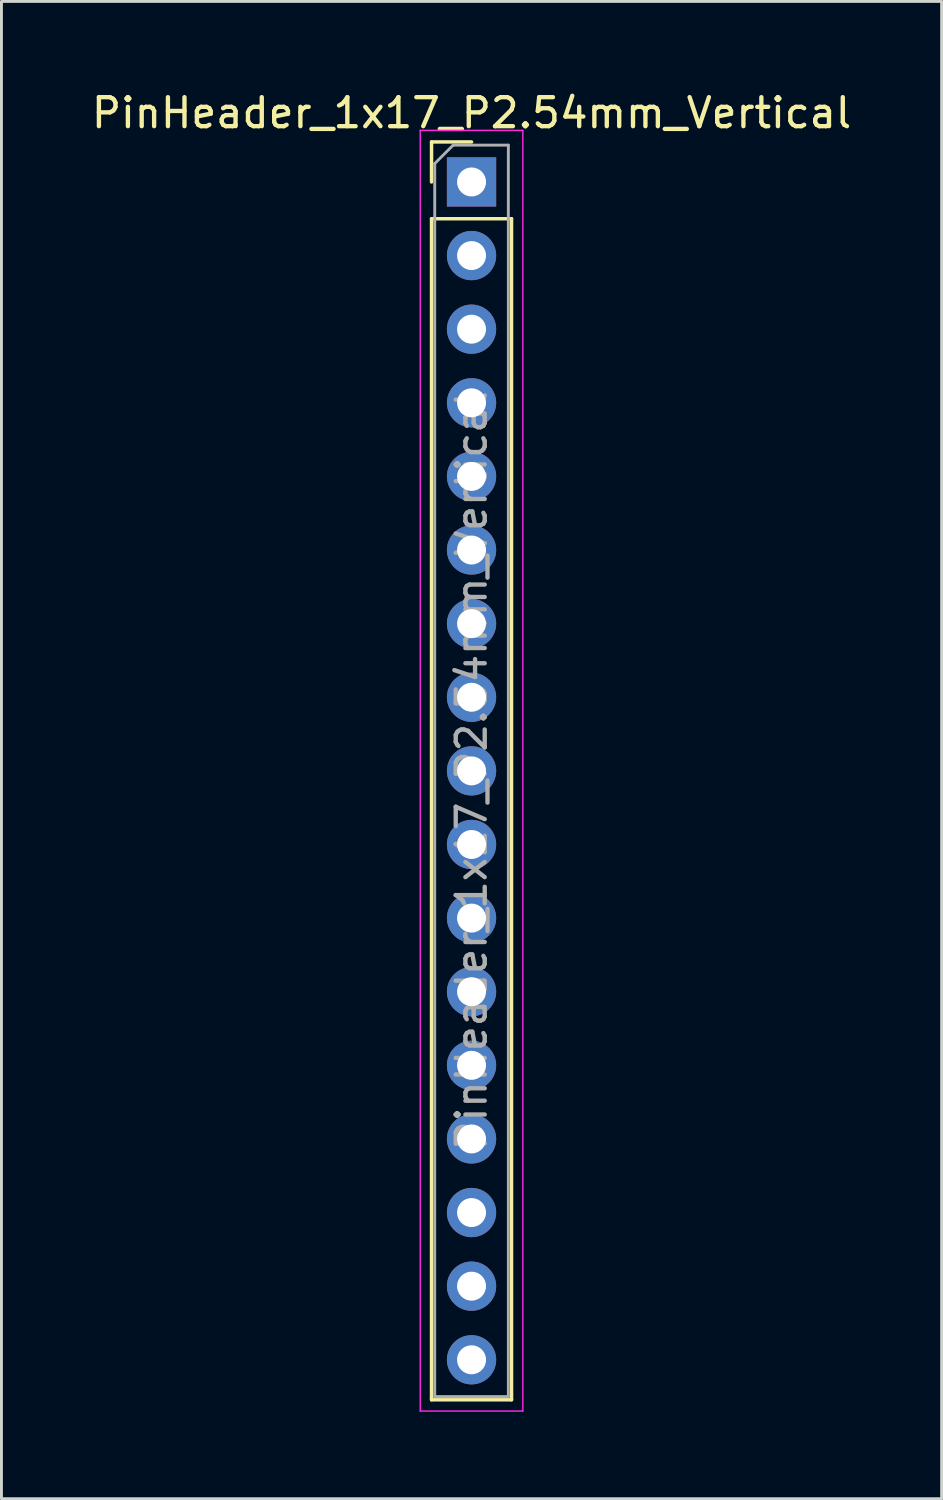
<source format=kicad_pcb>
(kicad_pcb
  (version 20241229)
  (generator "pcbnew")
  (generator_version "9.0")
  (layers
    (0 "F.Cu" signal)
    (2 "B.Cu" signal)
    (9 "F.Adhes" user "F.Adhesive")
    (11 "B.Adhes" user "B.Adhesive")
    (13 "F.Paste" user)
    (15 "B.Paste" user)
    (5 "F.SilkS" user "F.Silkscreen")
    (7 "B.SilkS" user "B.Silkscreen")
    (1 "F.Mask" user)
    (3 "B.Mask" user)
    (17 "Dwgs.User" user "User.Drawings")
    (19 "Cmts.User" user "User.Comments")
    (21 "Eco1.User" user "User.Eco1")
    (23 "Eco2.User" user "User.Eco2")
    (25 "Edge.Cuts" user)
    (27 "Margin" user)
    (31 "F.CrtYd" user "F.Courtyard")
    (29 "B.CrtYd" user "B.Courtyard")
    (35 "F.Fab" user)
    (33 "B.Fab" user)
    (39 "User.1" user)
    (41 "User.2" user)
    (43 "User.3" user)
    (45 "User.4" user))
  (footprint "PinHeader_1x17_P2.54mm_Vertical"
    (layer "F.Cu")
    (at 13.22 3.228)
    (property "Reference" "PinHeader_1x17_P2.54mm_Vertical" (at 0 -2.38 0) (layer "F.SilkS") (effects (font (size 1 1) (thickness 0.15))))
    (attr through_hole)
    (fp_line (start -1.38 -1.38) (end 0 -1.38) (stroke (width 0.12) (type solid)) (layer "F.SilkS"))
    (fp_line (start -1.38 0) (end -1.38 -1.38) (stroke (width 0.12) (type solid)) (layer "F.SilkS"))
    (fp_line (start -1.38 1.27) (end -1.38 42.02) (stroke (width 0.12) (type solid)) (layer "F.SilkS"))
    (fp_line (start -1.38 1.27) (end 1.38 1.27) (stroke (width 0.12) (type solid)) (layer "F.SilkS"))
    (fp_line (start -1.38 42.02) (end 1.38 42.02) (stroke (width 0.12) (type solid)) (layer "F.SilkS"))
    (fp_line (start 1.38 1.27) (end 1.38 42.02) (stroke (width 0.12) (type solid)) (layer "F.SilkS"))
    (fp_line (start -1.77 -1.78) (end -1.77 42.41) (stroke (width 0.05) (type solid)) (layer "F.CrtYd"))
    (fp_line (start -1.77 42.41) (end 1.77 42.41) (stroke (width 0.05) (type solid)) (layer "F.CrtYd"))
    (fp_line (start 1.77 -1.78) (end -1.77 -1.78) (stroke (width 0.05) (type solid)) (layer "F.CrtYd"))
    (fp_line (start 1.77 42.41) (end 1.77 -1.78) (stroke (width 0.05) (type solid)) (layer "F.CrtYd"))
    (fp_line (start -1.27 -0.635) (end -0.635 -1.27) (stroke (width 0.1) (type solid)) (layer "F.Fab"))
    (fp_line (start -1.27 41.91) (end -1.27 -0.635) (stroke (width 0.1) (type solid)) (layer "F.Fab"))
    (fp_line (start -0.635 -1.27) (end 1.27 -1.27) (stroke (width 0.1) (type solid)) (layer "F.Fab"))
    (fp_line (start 1.27 -1.27) (end 1.27 41.91) (stroke (width 0.1) (type solid)) (layer "F.Fab"))
    (fp_line (start 1.27 41.91) (end -1.27 41.91) (stroke (width 0.1) (type solid)) (layer "F.Fab"))
    (fp_text user "${REFERENCE}" (at 0 20.32 90) (layer "F.Fab") (effects (font (size 1 1) (thickness 0.15))))
    (pad "1" thru_hole rect (at 0 0) (size 1.7 1.7) (drill 1) (layers "*.Cu" "*.Mask"))
    (pad "2" thru_hole circle (at 0 2.54) (size 1.7 1.7) (drill 1) (layers "*.Cu" "*.Mask"))
    (pad "3" thru_hole circle (at 0 5.08) (size 1.7 1.7) (drill 1) (layers "*.Cu" "*.Mask"))
    (pad "4" thru_hole circle (at 0 7.62) (size 1.7 1.7) (drill 1) (layers "*.Cu" "*.Mask"))
    (pad "5" thru_hole circle (at 0 10.16) (size 1.7 1.7) (drill 1) (layers "*.Cu" "*.Mask"))
    (pad "6" thru_hole circle (at 0 12.7) (size 1.7 1.7) (drill 1) (layers "*.Cu" "*.Mask"))
    (pad "7" thru_hole circle (at 0 15.24) (size 1.7 1.7) (drill 1) (layers "*.Cu" "*.Mask"))
    (pad "8" thru_hole circle (at 0 17.78) (size 1.7 1.7) (drill 1) (layers "*.Cu" "*.Mask"))
    (pad "9" thru_hole circle (at 0 20.32) (size 1.7 1.7) (drill 1) (layers "*.Cu" "*.Mask"))
    (pad "10" thru_hole circle (at 0 22.86) (size 1.7 1.7) (drill 1) (layers "*.Cu" "*.Mask"))
    (pad "11" thru_hole circle (at 0 25.4) (size 1.7 1.7) (drill 1) (layers "*.Cu" "*.Mask"))
    (pad "12" thru_hole circle (at 0 27.94) (size 1.7 1.7) (drill 1) (layers "*.Cu" "*.Mask"))
    (pad "13" thru_hole circle (at 0 30.48) (size 1.7 1.7) (drill 1) (layers "*.Cu" "*.Mask"))
    (pad "14" thru_hole circle (at 0 33.02) (size 1.7 1.7) (drill 1) (layers "*.Cu" "*.Mask"))
    (pad "15" thru_hole circle (at 0 35.56) (size 1.7 1.7) (drill 1) (layers "*.Cu" "*.Mask"))
    (pad "16" thru_hole circle (at 0 38.1) (size 1.7 1.7) (drill 1) (layers "*.Cu" "*.Mask"))
    (pad "17" thru_hole circle (at 0 40.64) (size 1.7 1.7) (drill 1) (layers "*.Cu" "*.Mask")))
  (gr_rect
    (start -3 -3)
    (end 29.44 48.663)
    (stroke (width 0.1) (type default))
    (fill no)
    (layer "Edge.Cuts")))
</source>
